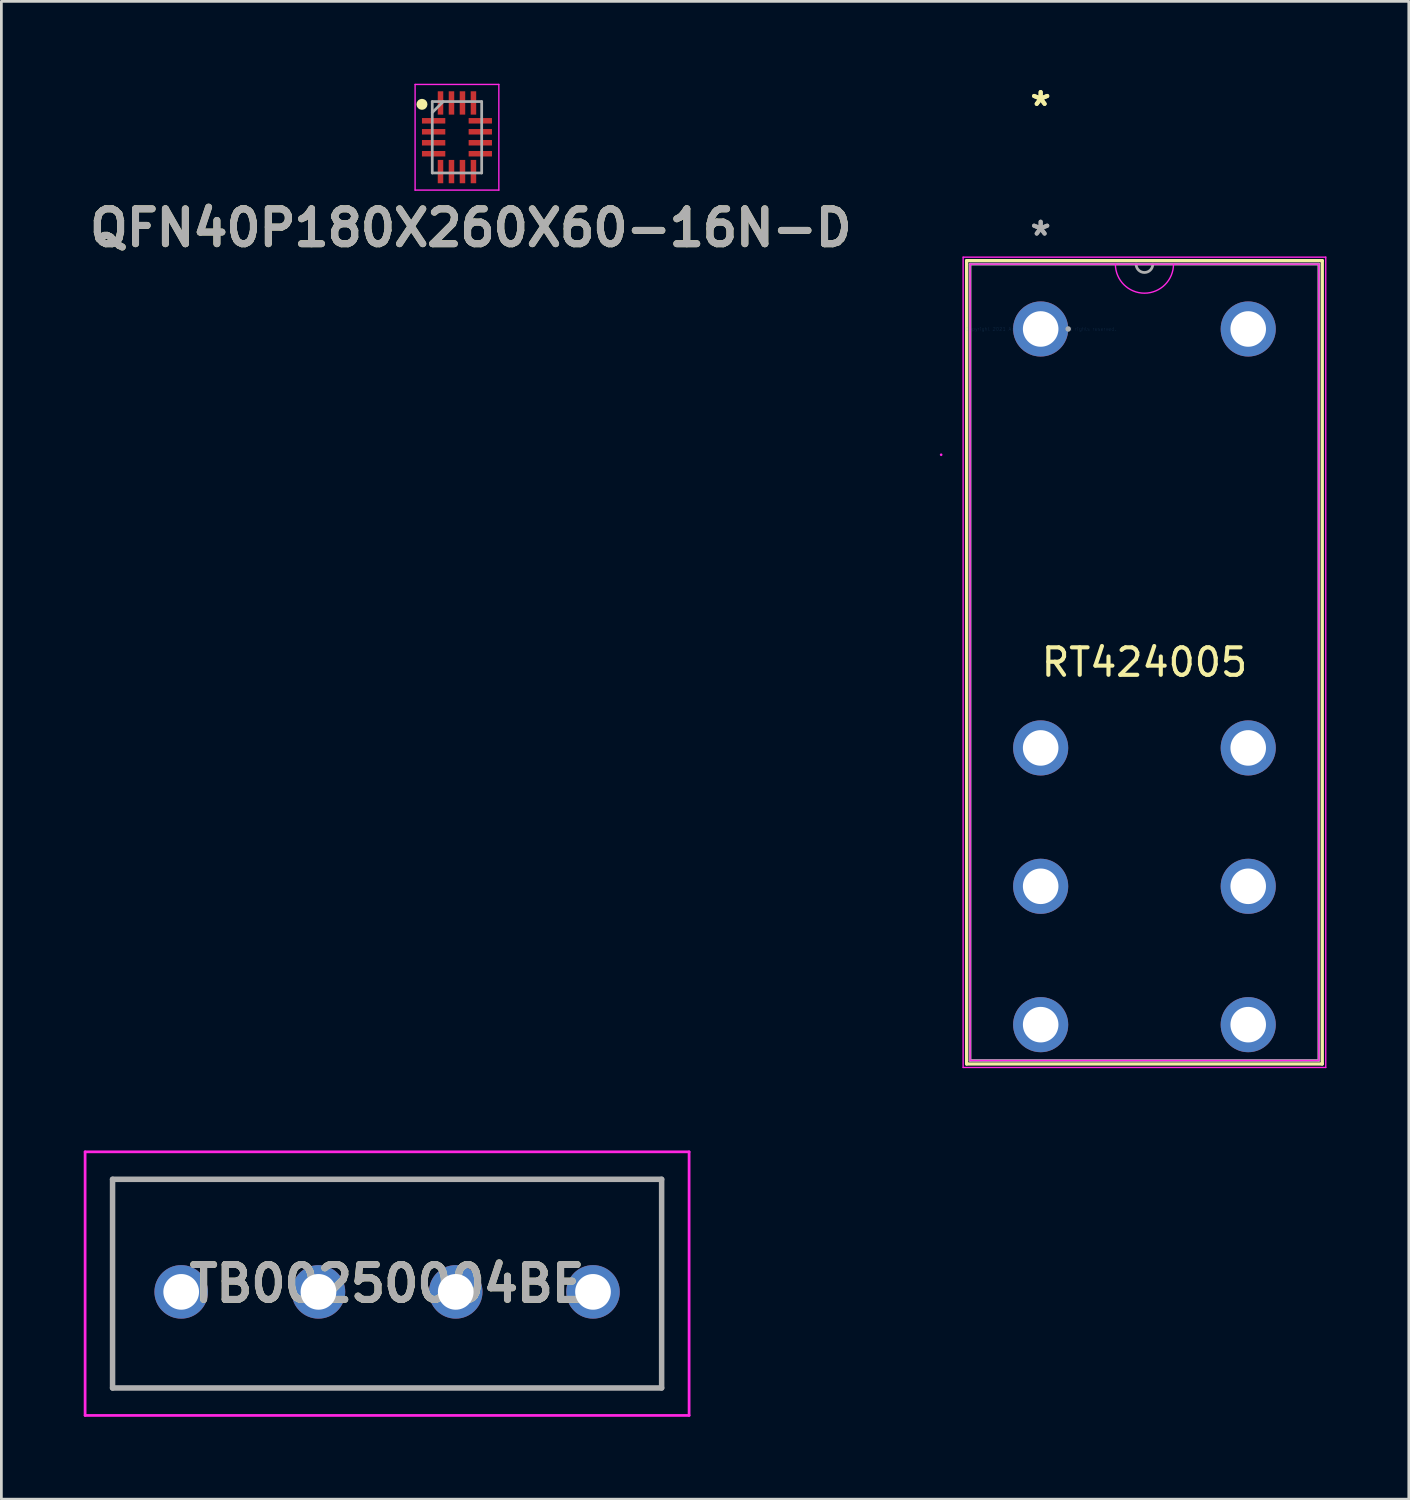
<source format=kicad_pcb>
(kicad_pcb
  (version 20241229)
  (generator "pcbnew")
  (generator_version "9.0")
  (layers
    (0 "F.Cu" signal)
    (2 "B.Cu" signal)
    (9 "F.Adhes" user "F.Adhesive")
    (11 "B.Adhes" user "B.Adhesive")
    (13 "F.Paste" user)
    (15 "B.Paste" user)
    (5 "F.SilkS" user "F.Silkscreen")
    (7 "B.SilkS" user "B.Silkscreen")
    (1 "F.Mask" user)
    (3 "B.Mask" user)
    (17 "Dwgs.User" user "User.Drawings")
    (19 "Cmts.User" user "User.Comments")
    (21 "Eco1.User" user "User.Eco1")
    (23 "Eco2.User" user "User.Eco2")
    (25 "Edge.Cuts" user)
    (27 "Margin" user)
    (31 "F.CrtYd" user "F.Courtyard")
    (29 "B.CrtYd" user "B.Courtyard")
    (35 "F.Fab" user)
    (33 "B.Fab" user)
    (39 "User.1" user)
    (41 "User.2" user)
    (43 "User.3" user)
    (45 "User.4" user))
  (footprint "QFN40P180X260X60-16N-D"
    (layer "F.Cu")
    (at 13.595 1.95)
    (property "Reference" "QFN40P180X260X60-16N-D" (at 0.508 3.302 0) (layer "F.SilkS") (effects (font (size 1.27 1.27) (thickness 0.254))))
    (attr smd)
    (fp_circle (center -1.275 -1.2) (end -1.275 -1.1) (stroke (width 0.2) (type solid)) (fill no) (layer "F.SilkS"))
    (fp_line (start -1.525 -1.925) (end 1.525 -1.925) (stroke (width 0.05) (type solid)) (layer "F.CrtYd"))
    (fp_line (start -1.525 1.925) (end -1.525 -1.925) (stroke (width 0.05) (type solid)) (layer "F.CrtYd"))
    (fp_line (start 1.525 -1.925) (end 1.525 1.925) (stroke (width 0.05) (type solid)) (layer "F.CrtYd"))
    (fp_line (start 1.525 1.925) (end -1.525 1.925) (stroke (width 0.05) (type solid)) (layer "F.CrtYd"))
    (fp_line (start -0.9 -1.3) (end 0.9 -1.3) (stroke (width 0.1) (type solid)) (layer "F.Fab"))
    (fp_line (start -0.9 -0.9) (end -0.5 -1.3) (stroke (width 0.1) (type solid)) (layer "F.Fab"))
    (fp_line (start -0.9 1.3) (end -0.9 -1.3) (stroke (width 0.1) (type solid)) (layer "F.Fab"))
    (fp_line (start 0.9 -1.3) (end 0.9 1.3) (stroke (width 0.1) (type solid)) (layer "F.Fab"))
    (fp_line (start 0.9 1.3) (end -0.9 1.3) (stroke (width 0.1) (type solid)) (layer "F.Fab"))
    (fp_text user "${REFERENCE}" (at 0.508 3.302 0) (layer "F.Fab") (effects (font (size 1.27 1.27) (thickness 0.254))))
    (pad "1" smd rect (at -0.85 -0.6 90) (size 0.2 0.85) (layers "F.Cu" "F.Mask" "F.Paste"))
    (pad "2" smd rect (at -0.85 -0.2 90) (size 0.2 0.85) (layers "F.Cu" "F.Mask" "F.Paste"))
    (pad "3" smd rect (at -0.85 0.2 90) (size 0.2 0.85) (layers "F.Cu" "F.Mask" "F.Paste"))
    (pad "4" smd rect (at -0.85 0.6 90) (size 0.2 0.85) (layers "F.Cu" "F.Mask" "F.Paste"))
    (pad "5" smd rect (at -0.6 1.25) (size 0.2 0.85) (layers "F.Cu" "F.Mask" "F.Paste"))
    (pad "6" smd rect (at -0.2 1.25) (size 0.2 0.85) (layers "F.Cu" "F.Mask" "F.Paste"))
    (pad "7" smd rect (at 0.2 1.25) (size 0.2 0.85) (layers "F.Cu" "F.Mask" "F.Paste"))
    (pad "8" smd rect (at 0.6 1.25) (size 0.2 0.85) (layers "F.Cu" "F.Mask" "F.Paste"))
    (pad "9" smd rect (at 0.85 0.6 90) (size 0.2 0.85) (layers "F.Cu" "F.Mask" "F.Paste"))
    (pad "10" smd rect (at 0.85 0.2 90) (size 0.2 0.85) (layers "F.Cu" "F.Mask" "F.Paste"))
    (pad "11" smd rect (at 0.85 -0.2 90) (size 0.2 0.85) (layers "F.Cu" "F.Mask" "F.Paste"))
    (pad "12" smd rect (at 0.85 -0.6 90) (size 0.2 0.85) (layers "F.Cu" "F.Mask" "F.Paste"))
    (pad "13" smd rect (at 0.6 -1.25) (size 0.2 0.85) (layers "F.Cu" "F.Mask" "F.Paste"))
    (pad "14" smd rect (at 0.2 -1.25) (size 0.2 0.85) (layers "F.Cu" "F.Mask" "F.Paste"))
    (pad "15" smd rect (at -0.2 -1.25) (size 0.2 0.85) (layers "F.Cu" "F.Mask" "F.Paste"))
    (pad "16" smd rect (at -0.6 -1.25) (size 0.2 0.85) (layers "F.Cu" "F.Mask" "F.Paste")))
  (footprint "RT424005"
    (layer "F.Cu")
    (at 34.856 8.933)
    (property "Reference" "RT424005" (at 3.78 12.141 0) (layer "F.SilkS") (effects (font (size 1 1) (thickness 0.15))))
    (attr through_hole)
    (fp_line (start -2.697 -2.489) (end -2.697 26.772) (stroke (width 0.12) (type solid)) (layer "F.SilkS"))
    (fp_line (start -2.697 26.772) (end 10.257 26.772) (stroke (width 0.12) (type solid)) (layer "F.SilkS"))
    (fp_line (start 10.257 -2.489) (end -2.697 -2.489) (stroke (width 0.12) (type solid)) (layer "F.SilkS"))
    (fp_line (start 10.257 26.772) (end 10.257 -2.489) (stroke (width 0.12) (type solid)) (layer "F.SilkS"))
    (fp_line (start -2.824 -2.616) (end 10.384 -2.616) (stroke (width 0.05) (type solid)) (layer "F.CrtYd"))
    (fp_line (start -2.824 26.899) (end -2.824 -2.616) (stroke (width 0.05) (type solid)) (layer "F.CrtYd"))
    (fp_line (start -2.57 -2.362) (end 10.13 -2.362) (stroke (width 0.05) (type solid)) (layer "F.CrtYd"))
    (fp_line (start -2.57 26.645) (end -2.57 -2.362) (stroke (width 0.05) (type solid)) (layer "F.CrtYd"))
    (fp_line (start 10.13 -2.362) (end 10.13 26.645) (stroke (width 0.05) (type solid)) (layer "F.CrtYd"))
    (fp_line (start 10.13 26.645) (end -2.57 26.645) (stroke (width 0.05) (type solid)) (layer "F.CrtYd"))
    (fp_line (start 10.384 -2.616) (end 10.384 26.899) (stroke (width 0.05) (type solid)) (layer "F.CrtYd"))
    (fp_line (start 10.384 26.899) (end -2.824 26.899) (stroke (width 0.05) (type solid)) (layer "F.CrtYd"))
    (fp_arc (start 4.838334 -2.3622) (mid 3.78 -1.303866) (end 2.721666 -2.3622) (stroke (width 0.05) (type solid)) (layer "F.CrtYd"))
    (fp_circle (center -3.625 4.581) (end -3.625 4.581) (stroke (width 0.05) (type solid)) (fill no) (layer "F.CrtYd"))
    (fp_line (start -2.57 -2.362) (end -2.57 26.645) (stroke (width 0.1) (type solid)) (layer "F.Fab"))
    (fp_line (start -2.57 26.645) (end 10.13 26.645) (stroke (width 0.1) (type solid)) (layer "F.Fab"))
    (fp_line (start 10.13 -2.362) (end -2.57 -2.362) (stroke (width 0.1) (type solid)) (layer "F.Fab"))
    (fp_line (start 10.13 26.645) (end 10.13 -2.362) (stroke (width 0.1) (type solid)) (layer "F.Fab"))
    (fp_arc (start 4.0848 -2.3622) (mid 3.78 -2.0574) (end 3.4752 -2.3622) (stroke (width 0.1) (type solid)) (layer "F.Fab"))
    (fp_circle (center 1.003 0) (end 1.003 0) (stroke (width 0.1) (type solid)) (fill no) (layer "F.Fab"))
    (fp_text user "*" (at 0 -8.084 0) (layer "F.SilkS") (effects (font (size 1 1) (thickness 0.15))))
    (fp_text user "*" (at 0 -8.084 0) (layer "F.SilkS") (effects (font (size 1 1) (thickness 0.15))))
    (fp_text user "Copyright 2021 Accelerated Designs. All rights reserved." (at 0 0 0) (layer "Cmts.User") (effects (font (size 0.127 0.127) (thickness 0.002))))
    (fp_text user "*" (at 0 -3.36 0) (layer "F.Fab") (effects (font (size 1 1) (thickness 0.15))))
    (fp_text user "*" (at 0 -3.36 0) (layer "F.Fab") (effects (font (size 1 1) (thickness 0.15))))
    (pad "1" thru_hole circle (at 0 0) (size 2.007 2.007) (drill 1.295) (layers "*.Cu" "*.Mask"))
    (pad "2" thru_hole circle (at 0 15.26) (size 2.007 2.007) (drill 1.295) (layers "*.Cu" "*.Mask"))
    (pad "3" thru_hole circle (at 0 20.3) (size 2.007 2.007) (drill 1.295) (layers "*.Cu" "*.Mask"))
    (pad "3" thru_hole circle (at 0 25.34) (size 2.007 2.007) (drill 1.295) (layers "*.Cu" "*.Mask"))
    (pad "4" thru_hole circle (at 7.56 25.34) (size 2.007 2.007) (drill 1.295) (layers "*.Cu" "*.Mask"))
    (pad "5" thru_hole circle (at 7.56 20.3) (size 2.007 2.007) (drill 1.295) (layers "*.Cu" "*.Mask"))
    (pad "6" thru_hole circle (at 7.56 15.26) (size 2.007 2.007) (drill 1.295) (layers "*.Cu" "*.Mask"))
    (pad "7" thru_hole circle (at 7.56 0) (size 2.007 2.007) (drill 1.295) (layers "*.Cu" "*.Mask")))
  (footprint "TB00250004BE"
    (layer "F.Cu")
    (at 3.55 44.006)
    (property "Reference" "TB00250004BE" (at 7.5 -0.3 0) (layer "F.SilkS") (effects (font (size 1.27 1.27) (thickness 0.254))))
    (attr through_hole)
    (fp_line (start -2.5 -4.1) (end 17.5 -4.1) (stroke (width 0.1) (type solid)) (layer "F.SilkS"))
    (fp_line (start -2.5 3.5) (end -2.5 -4.1) (stroke (width 0.1) (type solid)) (layer "F.SilkS"))
    (fp_line (start 17.5 -4.1) (end 17.5 3.5) (stroke (width 0.1) (type solid)) (layer "F.SilkS"))
    (fp_line (start 17.5 3.5) (end -2.5 3.5) (stroke (width 0.1) (type solid)) (layer "F.SilkS"))
    (fp_line (start -3.5 -5.1) (end 18.5 -5.1) (stroke (width 0.1) (type solid)) (layer "F.CrtYd"))
    (fp_line (start -3.5 4.5) (end -3.5 -5.1) (stroke (width 0.1) (type solid)) (layer "F.CrtYd"))
    (fp_line (start 18.5 -5.1) (end 18.5 4.5) (stroke (width 0.1) (type solid)) (layer "F.CrtYd"))
    (fp_line (start 18.5 4.5) (end -3.5 4.5) (stroke (width 0.1) (type solid)) (layer "F.CrtYd"))
    (fp_line (start -2.5 -4.1) (end 17.5 -4.1) (stroke (width 0.2) (type solid)) (layer "F.Fab"))
    (fp_line (start -2.5 3.5) (end -2.5 -4.1) (stroke (width 0.2) (type solid)) (layer "F.Fab"))
    (fp_line (start 17.5 -4.1) (end 17.5 3.5) (stroke (width 0.2) (type solid)) (layer "F.Fab"))
    (fp_line (start 17.5 3.5) (end -2.5 3.5) (stroke (width 0.2) (type solid)) (layer "F.Fab"))
    (fp_text user "${REFERENCE}" (at 7.5 -0.3 0) (layer "F.Fab") (effects (font (size 1.27 1.27) (thickness 0.254))))
    (pad "1" thru_hole circle (at 0 0) (size 1.95 1.95) (drill 1.3) (layers "*.Cu" "*.Mask"))
    (pad "2" thru_hole circle (at 5 0) (size 1.95 1.95) (drill 1.3) (layers "*.Cu" "*.Mask"))
    (pad "3" thru_hole circle (at 10 0) (size 1.95 1.95) (drill 1.3) (layers "*.Cu" "*.Mask"))
    (pad "4" thru_hole circle (at 15 0) (size 1.95 1.95) (drill 1.3) (layers "*.Cu" "*.Mask")))
  (gr_rect
    (start -3 -3)
    (end 48.265 51.556)
    (stroke (width 0.1) (type default))
    (fill no)
    (layer "Edge.Cuts")))
</source>
